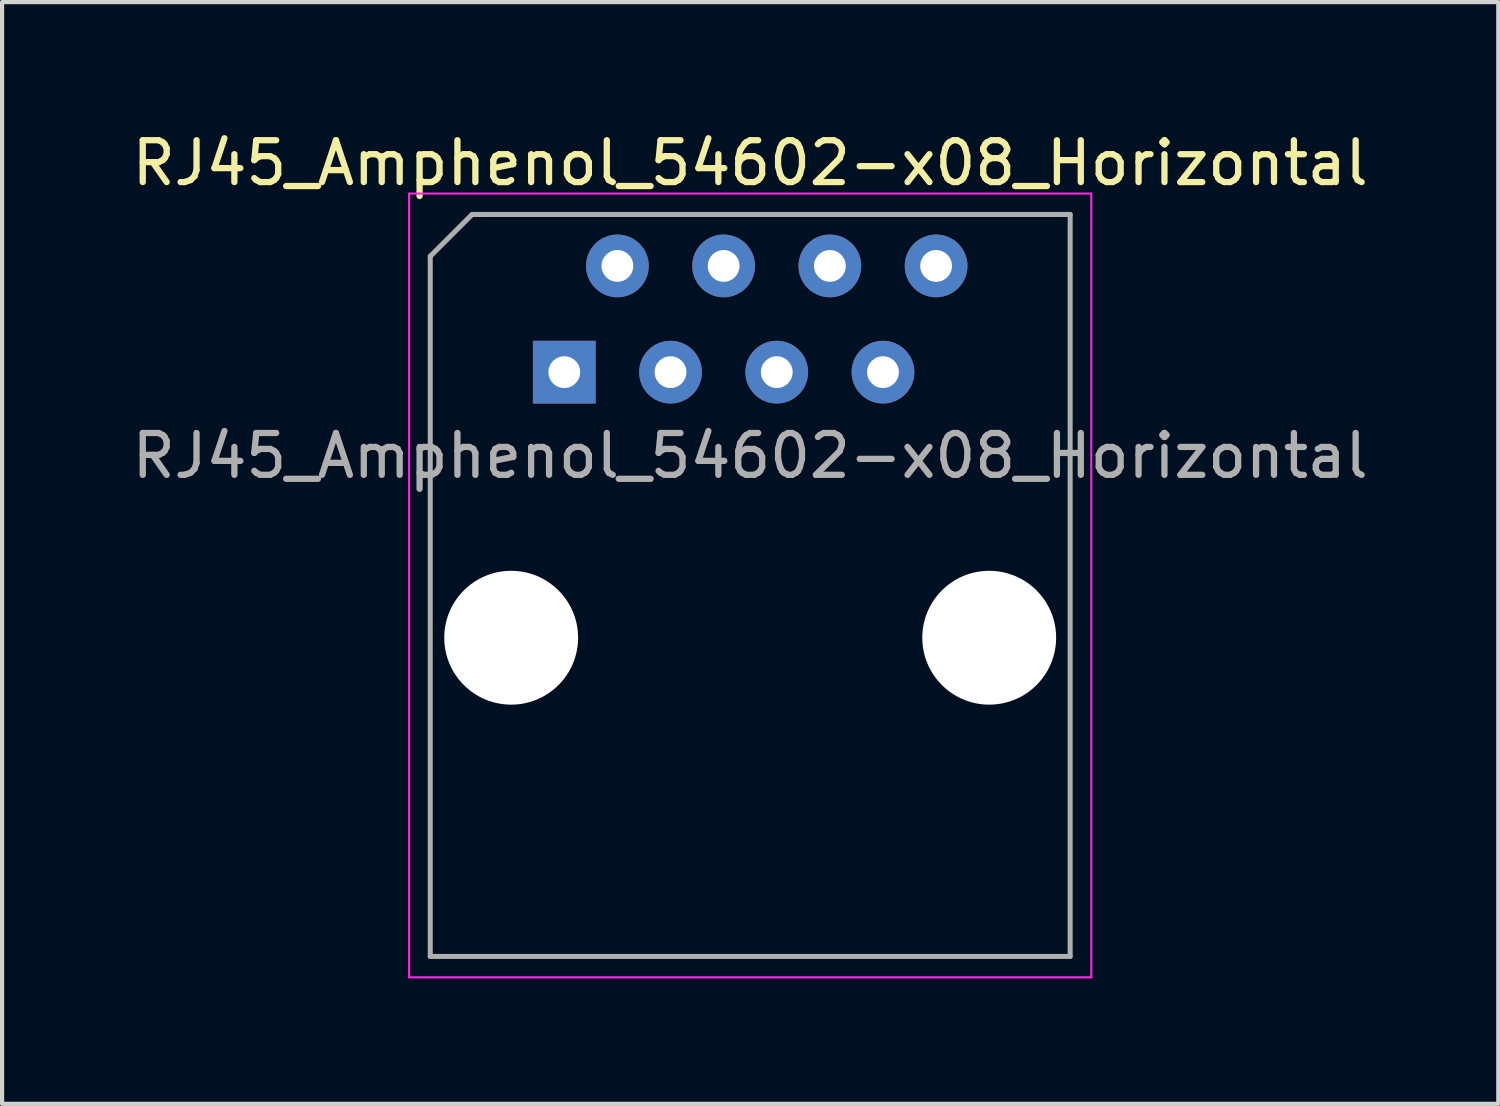
<source format=kicad_pcb>
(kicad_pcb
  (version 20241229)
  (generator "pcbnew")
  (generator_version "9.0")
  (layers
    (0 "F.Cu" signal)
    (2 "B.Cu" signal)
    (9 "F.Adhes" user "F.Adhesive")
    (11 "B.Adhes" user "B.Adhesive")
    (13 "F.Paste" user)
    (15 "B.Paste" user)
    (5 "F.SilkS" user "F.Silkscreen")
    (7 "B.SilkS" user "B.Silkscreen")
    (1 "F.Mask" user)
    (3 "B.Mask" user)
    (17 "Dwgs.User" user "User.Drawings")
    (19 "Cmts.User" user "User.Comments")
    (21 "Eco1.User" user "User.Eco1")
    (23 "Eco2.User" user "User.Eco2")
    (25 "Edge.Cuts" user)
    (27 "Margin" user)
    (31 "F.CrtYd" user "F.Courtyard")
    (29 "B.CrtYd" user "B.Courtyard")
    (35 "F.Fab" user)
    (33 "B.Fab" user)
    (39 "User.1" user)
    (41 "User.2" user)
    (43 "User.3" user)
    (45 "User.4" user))
  (footprint "RJ45_Amphenol_54602-x08_Horizontal"
    (layer "F.Cu")
    (at 10.442 5.848)
    (property "Reference" "RJ45_Amphenol_54602-x08_Horizontal" (at 4.445 -5 0) (layer "F.SilkS") (effects (font (size 1 1) (thickness 0.15))))
    (attr through_hole)
    (fp_line (start -3.71 -4.27) (end -3.71 14.47) (stroke (width 0.05) (type solid)) (layer "F.CrtYd"))
    (fp_line (start -3.71 -4.27) (end 12.6 -4.27) (stroke (width 0.05) (type solid)) (layer "F.CrtYd"))
    (fp_line (start 12.6 14.47) (end -3.71 14.47) (stroke (width 0.05) (type solid)) (layer "F.CrtYd"))
    (fp_line (start 12.6 14.47) (end 12.6 -4.27) (stroke (width 0.05) (type solid)) (layer "F.CrtYd"))
    (fp_line (start -3.205 -2.77) (end -2.205 -3.77) (stroke (width 0.12) (type solid)) (layer "F.Fab"))
    (fp_line (start -3.205 13.97) (end -3.205 -2.77) (stroke (width 0.12) (type solid)) (layer "F.Fab"))
    (fp_line (start -2.205 -3.77) (end 12.095 -3.77) (stroke (width 0.12) (type solid)) (layer "F.Fab"))
    (fp_line (start 12.095 -3.77) (end 12.095 13.97) (stroke (width 0.12) (type solid)) (layer "F.Fab"))
    (fp_line (start 12.095 13.97) (end -3.205 13.97) (stroke (width 0.12) (type solid)) (layer "F.Fab"))
    (fp_text user "${REFERENCE}" (at 4.445 2 0) (layer "F.Fab") (effects (font (size 1 1) (thickness 0.15))))
    (pad "" np_thru_hole circle (at -1.27 6.35) (size 3.2 3.2) (drill 3.2) (layers "*.Cu" "*.Mask"))
    (pad "" np_thru_hole circle (at 10.16 6.35) (size 3.2 3.2) (drill 3.2) (layers "*.Cu" "*.Mask"))
    (pad "1" thru_hole rect (at 0 0) (size 1.5 1.5) (drill 0.76) (layers "*.Cu" "*.Mask"))
    (pad "2" thru_hole circle (at 1.27 -2.54) (size 1.5 1.5) (drill 0.76) (layers "*.Cu" "*.Mask"))
    (pad "3" thru_hole circle (at 2.54 0) (size 1.5 1.5) (drill 0.76) (layers "*.Cu" "*.Mask"))
    (pad "4" thru_hole circle (at 3.81 -2.54) (size 1.5 1.5) (drill 0.76) (layers "*.Cu" "*.Mask"))
    (pad "5" thru_hole circle (at 5.08 0) (size 1.5 1.5) (drill 0.76) (layers "*.Cu" "*.Mask"))
    (pad "6" thru_hole circle (at 6.35 -2.54) (size 1.5 1.5) (drill 0.76) (layers "*.Cu" "*.Mask"))
    (pad "7" thru_hole circle (at 7.62 0) (size 1.5 1.5) (drill 0.76) (layers "*.Cu" "*.Mask"))
    (pad "8" thru_hole circle (at 8.89 -2.54) (size 1.5 1.5) (drill 0.76) (layers "*.Cu" "*.Mask")))
  (gr_rect
    (start -3 -3)
    (end 32.774 23.343)
    (stroke (width 0.1) (type default))
    (fill no)
    (layer "Edge.Cuts")))
</source>
